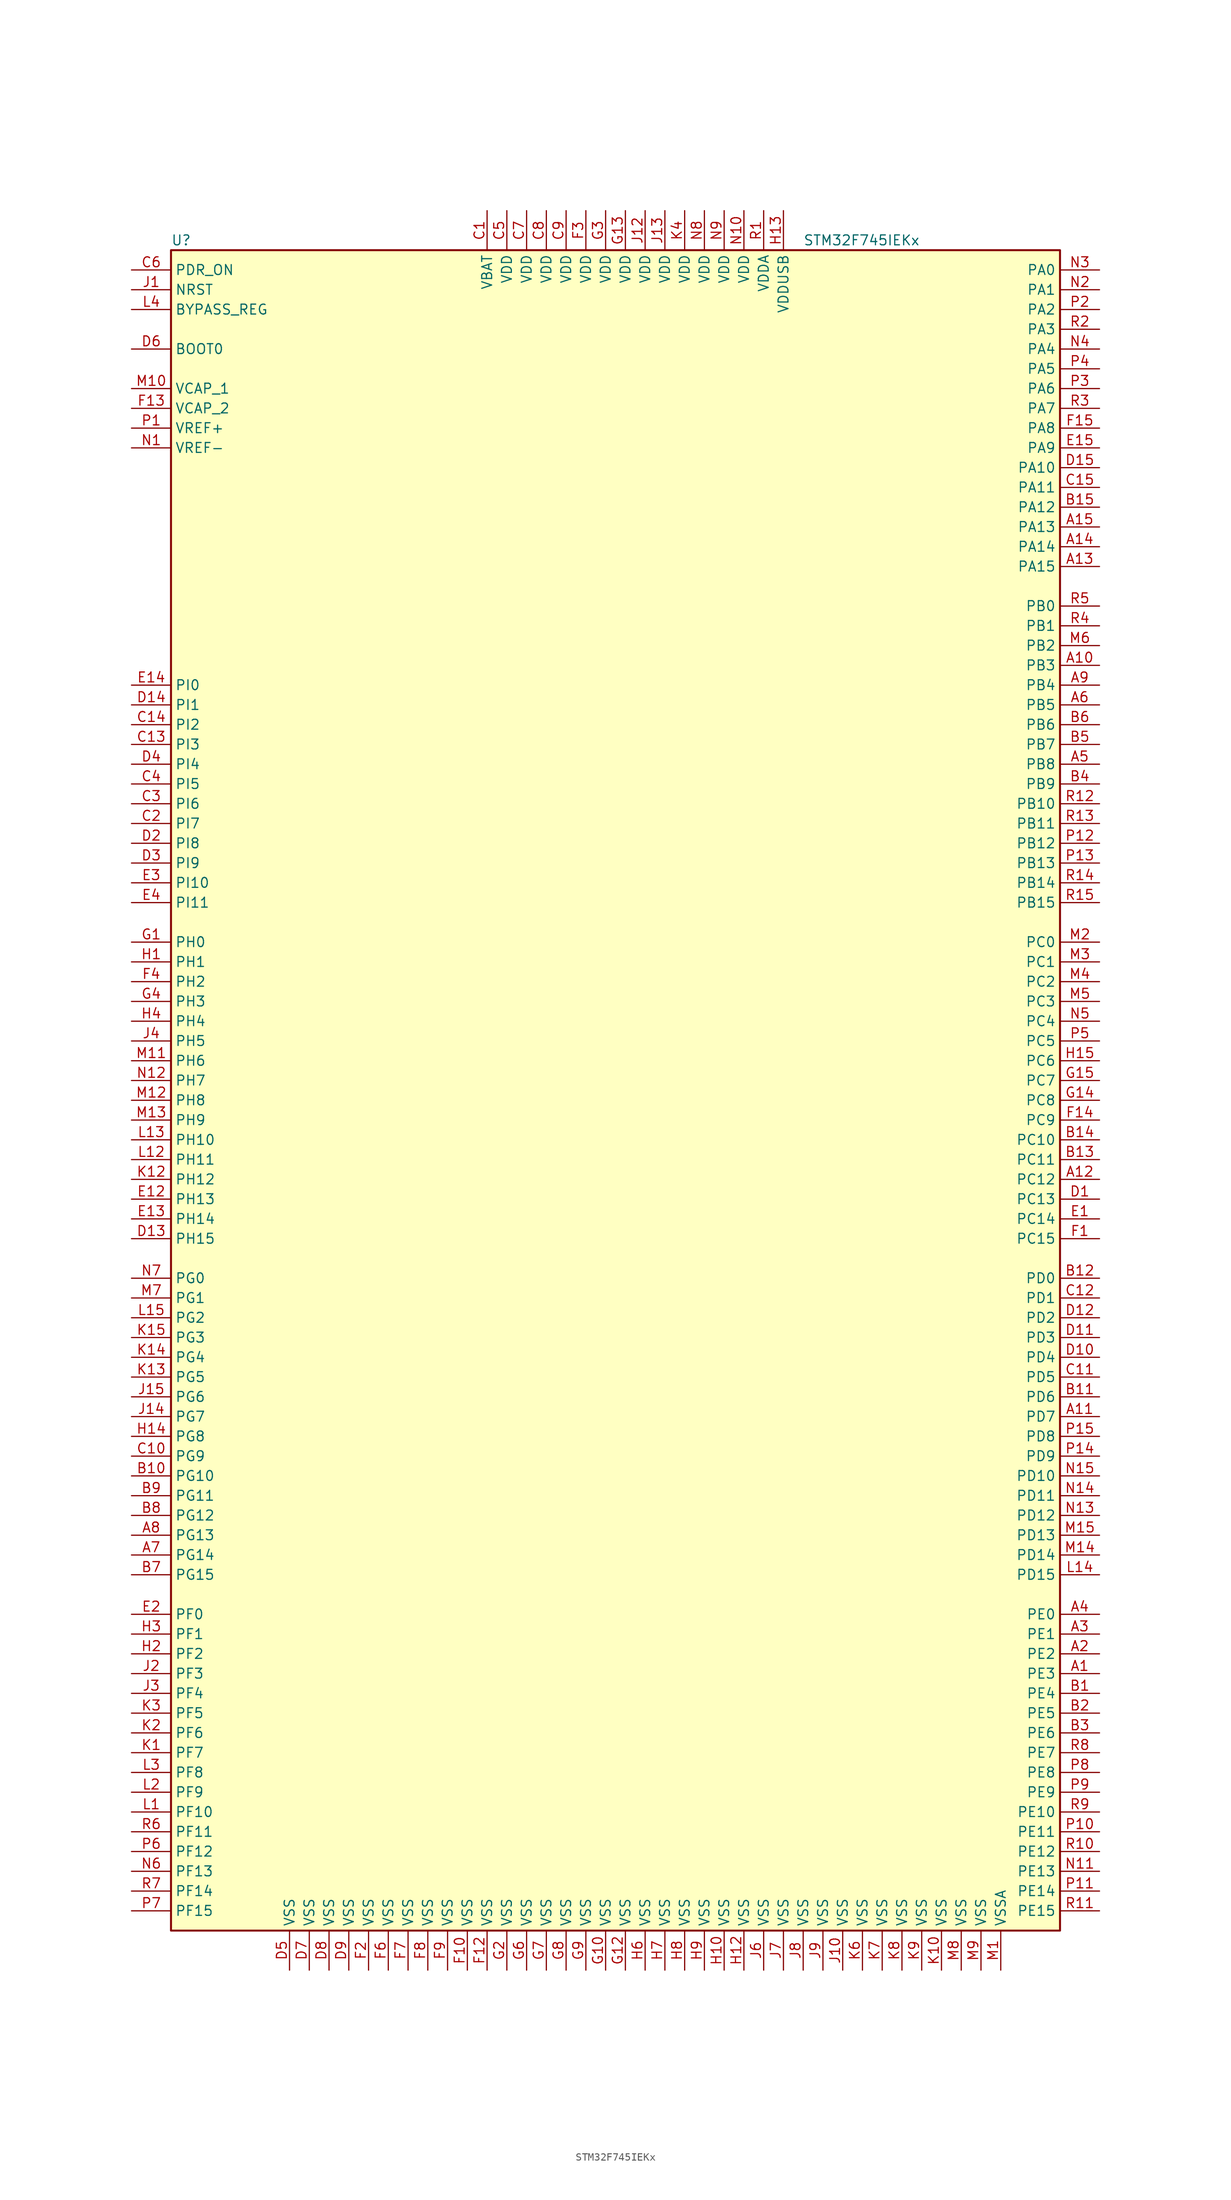
<source format=kicad_sym>
(kicad_symbol_lib
  (version 20201005)
  (generator kicad_symbol_editor)
  (symbol "MCU_ST_STM32F7:STM32F745IEKx"
    (property "Reference" "U"
      (at -58.42 107.95 0)
      (effects (font (size 1.27 1.27)) (justify left)))
    (property "Value" "STM32F745IEKx"
      (at 22.86 107.95 0)
      (effects (font (size 1.27 1.27)) (justify left)))
    (symbol "STM32F745IEKx_0_1"
      (rectangle (start -58.42 -109.22) (end 55.88 106.68) (stroke (width 0.254)) (fill (type background))))
    (symbol "STM32F745IEKx_1_1"
      (pin input line (at -63.5 93.98 0) (length 5.08) (name "BOOT0" (effects (font (size 1.27 1.27)))) (number "D6" (effects (font (size 1.27 1.27)))))
      (pin input line (at -63.5 99.06 0) (length 5.08) (name "BYPASS_REG" (effects (font (size 1.27 1.27)))) (number "L4" (effects (font (size 1.27 1.27)))))
      (pin input line (at -63.5 101.6 0) (length 5.08) (name "NRST" (effects (font (size 1.27 1.27)))) (number "J1" (effects (font (size 1.27 1.27)))))
      (pin bidirectional line (at 60.96 104.14 180) (length 5.08) (name "PA0" (effects (font (size 1.27 1.27)))) (number "N3" (effects (font (size 1.27 1.27)))))
      (pin bidirectional line (at 60.96 101.6 180) (length 5.08) (name "PA1" (effects (font (size 1.27 1.27)))) (number "N2" (effects (font (size 1.27 1.27)))))
      (pin bidirectional line (at 60.96 78.74 180) (length 5.08) (name "PA10" (effects (font (size 1.27 1.27)))) (number "D15" (effects (font (size 1.27 1.27)))))
      (pin bidirectional line (at 60.96 76.2 180) (length 5.08) (name "PA11" (effects (font (size 1.27 1.27)))) (number "C15" (effects (font (size 1.27 1.27)))))
      (pin bidirectional line (at 60.96 73.66 180) (length 5.08) (name "PA12" (effects (font (size 1.27 1.27)))) (number "B15" (effects (font (size 1.27 1.27)))))
      (pin bidirectional line (at 60.96 71.12 180) (length 5.08) (name "PA13" (effects (font (size 1.27 1.27)))) (number "A15" (effects (font (size 1.27 1.27)))))
      (pin bidirectional line (at 60.96 68.58 180) (length 5.08) (name "PA14" (effects (font (size 1.27 1.27)))) (number "A14" (effects (font (size 1.27 1.27)))))
      (pin bidirectional line (at 60.96 66.04 180) (length 5.08) (name "PA15" (effects (font (size 1.27 1.27)))) (number "A13" (effects (font (size 1.27 1.27)))))
      (pin bidirectional line (at 60.96 99.06 180) (length 5.08) (name "PA2" (effects (font (size 1.27 1.27)))) (number "P2" (effects (font (size 1.27 1.27)))))
      (pin bidirectional line (at 60.96 96.52 180) (length 5.08) (name "PA3" (effects (font (size 1.27 1.27)))) (number "R2" (effects (font (size 1.27 1.27)))))
      (pin bidirectional line (at 60.96 93.98 180) (length 5.08) (name "PA4" (effects (font (size 1.27 1.27)))) (number "N4" (effects (font (size 1.27 1.27)))))
      (pin bidirectional line (at 60.96 91.44 180) (length 5.08) (name "PA5" (effects (font (size 1.27 1.27)))) (number "P4" (effects (font (size 1.27 1.27)))))
      (pin bidirectional line (at 60.96 88.9 180) (length 5.08) (name "PA6" (effects (font (size 1.27 1.27)))) (number "P3" (effects (font (size 1.27 1.27)))))
      (pin bidirectional line (at 60.96 86.36 180) (length 5.08) (name "PA7" (effects (font (size 1.27 1.27)))) (number "R3" (effects (font (size 1.27 1.27)))))
      (pin bidirectional line (at 60.96 83.82 180) (length 5.08) (name "PA8" (effects (font (size 1.27 1.27)))) (number "F15" (effects (font (size 1.27 1.27)))))
      (pin bidirectional line (at 60.96 81.28 180) (length 5.08) (name "PA9" (effects (font (size 1.27 1.27)))) (number "E15" (effects (font (size 1.27 1.27)))))
      (pin bidirectional line (at 60.96 60.96 180) (length 5.08) (name "PB0" (effects (font (size 1.27 1.27)))) (number "R5" (effects (font (size 1.27 1.27)))))
      (pin bidirectional line (at 60.96 58.42 180) (length 5.08) (name "PB1" (effects (font (size 1.27 1.27)))) (number "R4" (effects (font (size 1.27 1.27)))))
      (pin bidirectional line (at 60.96 35.56 180) (length 5.08) (name "PB10" (effects (font (size 1.27 1.27)))) (number "R12" (effects (font (size 1.27 1.27)))))
      (pin bidirectional line (at 60.96 33.02 180) (length 5.08) (name "PB11" (effects (font (size 1.27 1.27)))) (number "R13" (effects (font (size 1.27 1.27)))))
      (pin bidirectional line (at 60.96 30.48 180) (length 5.08) (name "PB12" (effects (font (size 1.27 1.27)))) (number "P12" (effects (font (size 1.27 1.27)))))
      (pin bidirectional line (at 60.96 27.94 180) (length 5.08) (name "PB13" (effects (font (size 1.27 1.27)))) (number "P13" (effects (font (size 1.27 1.27)))))
      (pin bidirectional line (at 60.96 25.4 180) (length 5.08) (name "PB14" (effects (font (size 1.27 1.27)))) (number "R14" (effects (font (size 1.27 1.27)))))
      (pin bidirectional line (at 60.96 22.86 180) (length 5.08) (name "PB15" (effects (font (size 1.27 1.27)))) (number "R15" (effects (font (size 1.27 1.27)))))
      (pin bidirectional line (at 60.96 55.88 180) (length 5.08) (name "PB2" (effects (font (size 1.27 1.27)))) (number "M6" (effects (font (size 1.27 1.27)))))
      (pin bidirectional line (at 60.96 53.34 180) (length 5.08) (name "PB3" (effects (font (size 1.27 1.27)))) (number "A10" (effects (font (size 1.27 1.27)))))
      (pin bidirectional line (at 60.96 50.8 180) (length 5.08) (name "PB4" (effects (font (size 1.27 1.27)))) (number "A9" (effects (font (size 1.27 1.27)))))
      (pin bidirectional line (at 60.96 48.26 180) (length 5.08) (name "PB5" (effects (font (size 1.27 1.27)))) (number "A6" (effects (font (size 1.27 1.27)))))
      (pin bidirectional line (at 60.96 45.72 180) (length 5.08) (name "PB6" (effects (font (size 1.27 1.27)))) (number "B6" (effects (font (size 1.27 1.27)))))
      (pin bidirectional line (at 60.96 43.18 180) (length 5.08) (name "PB7" (effects (font (size 1.27 1.27)))) (number "B5" (effects (font (size 1.27 1.27)))))
      (pin bidirectional line (at 60.96 40.64 180) (length 5.08) (name "PB8" (effects (font (size 1.27 1.27)))) (number "A5" (effects (font (size 1.27 1.27)))))
      (pin bidirectional line (at 60.96 38.1 180) (length 5.08) (name "PB9" (effects (font (size 1.27 1.27)))) (number "B4" (effects (font (size 1.27 1.27)))))
      (pin bidirectional line (at 60.96 17.78 180) (length 5.08) (name "PC0" (effects (font (size 1.27 1.27)))) (number "M2" (effects (font (size 1.27 1.27)))))
      (pin bidirectional line (at 60.96 15.24 180) (length 5.08) (name "PC1" (effects (font (size 1.27 1.27)))) (number "M3" (effects (font (size 1.27 1.27)))))
      (pin bidirectional line (at 60.96 -7.62 180) (length 5.08) (name "PC10" (effects (font (size 1.27 1.27)))) (number "B14" (effects (font (size 1.27 1.27)))))
      (pin bidirectional line (at 60.96 -10.16 180) (length 5.08) (name "PC11" (effects (font (size 1.27 1.27)))) (number "B13" (effects (font (size 1.27 1.27)))))
      (pin bidirectional line (at 60.96 -12.7 180) (length 5.08) (name "PC12" (effects (font (size 1.27 1.27)))) (number "A12" (effects (font (size 1.27 1.27)))))
      (pin bidirectional line (at 60.96 -15.24 180) (length 5.08) (name "PC13" (effects (font (size 1.27 1.27)))) (number "D1" (effects (font (size 1.27 1.27)))))
      (pin bidirectional line (at 60.96 -17.78 180) (length 5.08) (name "PC14" (effects (font (size 1.27 1.27)))) (number "E1" (effects (font (size 1.27 1.27)))))
      (pin bidirectional line (at 60.96 -20.32 180) (length 5.08) (name "PC15" (effects (font (size 1.27 1.27)))) (number "F1" (effects (font (size 1.27 1.27)))))
      (pin bidirectional line (at 60.96 12.7 180) (length 5.08) (name "PC2" (effects (font (size 1.27 1.27)))) (number "M4" (effects (font (size 1.27 1.27)))))
      (pin bidirectional line (at 60.96 10.16 180) (length 5.08) (name "PC3" (effects (font (size 1.27 1.27)))) (number "M5" (effects (font (size 1.27 1.27)))))
      (pin bidirectional line (at 60.96 7.62 180) (length 5.08) (name "PC4" (effects (font (size 1.27 1.27)))) (number "N5" (effects (font (size 1.27 1.27)))))
      (pin bidirectional line (at 60.96 5.08 180) (length 5.08) (name "PC5" (effects (font (size 1.27 1.27)))) (number "P5" (effects (font (size 1.27 1.27)))))
      (pin bidirectional line (at 60.96 2.54 180) (length 5.08) (name "PC6" (effects (font (size 1.27 1.27)))) (number "H15" (effects (font (size 1.27 1.27)))))
      (pin bidirectional line (at 60.96 0 180) (length 5.08) (name "PC7" (effects (font (size 1.27 1.27)))) (number "G15" (effects (font (size 1.27 1.27)))))
      (pin bidirectional line (at 60.96 -2.54 180) (length 5.08) (name "PC8" (effects (font (size 1.27 1.27)))) (number "G14" (effects (font (size 1.27 1.27)))))
      (pin bidirectional line (at 60.96 -5.08 180) (length 5.08) (name "PC9" (effects (font (size 1.27 1.27)))) (number "F14" (effects (font (size 1.27 1.27)))))
      (pin bidirectional line (at 60.96 -25.4 180) (length 5.08) (name "PD0" (effects (font (size 1.27 1.27)))) (number "B12" (effects (font (size 1.27 1.27)))))
      (pin bidirectional line (at 60.96 -27.94 180) (length 5.08) (name "PD1" (effects (font (size 1.27 1.27)))) (number "C12" (effects (font (size 1.27 1.27)))))
      (pin bidirectional line (at 60.96 -50.8 180) (length 5.08) (name "PD10" (effects (font (size 1.27 1.27)))) (number "N15" (effects (font (size 1.27 1.27)))))
      (pin bidirectional line (at 60.96 -53.34 180) (length 5.08) (name "PD11" (effects (font (size 1.27 1.27)))) (number "N14" (effects (font (size 1.27 1.27)))))
      (pin bidirectional line (at 60.96 -55.88 180) (length 5.08) (name "PD12" (effects (font (size 1.27 1.27)))) (number "N13" (effects (font (size 1.27 1.27)))))
      (pin bidirectional line (at 60.96 -58.42 180) (length 5.08) (name "PD13" (effects (font (size 1.27 1.27)))) (number "M15" (effects (font (size 1.27 1.27)))))
      (pin bidirectional line (at 60.96 -60.96 180) (length 5.08) (name "PD14" (effects (font (size 1.27 1.27)))) (number "M14" (effects (font (size 1.27 1.27)))))
      (pin bidirectional line (at 60.96 -63.5 180) (length 5.08) (name "PD15" (effects (font (size 1.27 1.27)))) (number "L14" (effects (font (size 1.27 1.27)))))
      (pin bidirectional line (at 60.96 -30.48 180) (length 5.08) (name "PD2" (effects (font (size 1.27 1.27)))) (number "D12" (effects (font (size 1.27 1.27)))))
      (pin bidirectional line (at 60.96 -33.02 180) (length 5.08) (name "PD3" (effects (font (size 1.27 1.27)))) (number "D11" (effects (font (size 1.27 1.27)))))
      (pin bidirectional line (at 60.96 -35.56 180) (length 5.08) (name "PD4" (effects (font (size 1.27 1.27)))) (number "D10" (effects (font (size 1.27 1.27)))))
      (pin bidirectional line (at 60.96 -38.1 180) (length 5.08) (name "PD5" (effects (font (size 1.27 1.27)))) (number "C11" (effects (font (size 1.27 1.27)))))
      (pin bidirectional line (at 60.96 -40.64 180) (length 5.08) (name "PD6" (effects (font (size 1.27 1.27)))) (number "B11" (effects (font (size 1.27 1.27)))))
      (pin bidirectional line (at 60.96 -43.18 180) (length 5.08) (name "PD7" (effects (font (size 1.27 1.27)))) (number "A11" (effects (font (size 1.27 1.27)))))
      (pin bidirectional line (at 60.96 -45.72 180) (length 5.08) (name "PD8" (effects (font (size 1.27 1.27)))) (number "P15" (effects (font (size 1.27 1.27)))))
      (pin bidirectional line (at 60.96 -48.26 180) (length 5.08) (name "PD9" (effects (font (size 1.27 1.27)))) (number "P14" (effects (font (size 1.27 1.27)))))
      (pin input line (at -63.5 104.14 0) (length 5.08) (name "PDR_ON" (effects (font (size 1.27 1.27)))) (number "C6" (effects (font (size 1.27 1.27)))))
      (pin bidirectional line (at 60.96 -68.58 180) (length 5.08) (name "PE0" (effects (font (size 1.27 1.27)))) (number "A4" (effects (font (size 1.27 1.27)))))
      (pin bidirectional line (at 60.96 -71.12 180) (length 5.08) (name "PE1" (effects (font (size 1.27 1.27)))) (number "A3" (effects (font (size 1.27 1.27)))))
      (pin bidirectional line (at 60.96 -93.98 180) (length 5.08) (name "PE10" (effects (font (size 1.27 1.27)))) (number "R9" (effects (font (size 1.27 1.27)))))
      (pin bidirectional line (at 60.96 -96.52 180) (length 5.08) (name "PE11" (effects (font (size 1.27 1.27)))) (number "P10" (effects (font (size 1.27 1.27)))))
      (pin bidirectional line (at 60.96 -99.06 180) (length 5.08) (name "PE12" (effects (font (size 1.27 1.27)))) (number "R10" (effects (font (size 1.27 1.27)))))
      (pin bidirectional line (at 60.96 -101.6 180) (length 5.08) (name "PE13" (effects (font (size 1.27 1.27)))) (number "N11" (effects (font (size 1.27 1.27)))))
      (pin bidirectional line (at 60.96 -104.14 180) (length 5.08) (name "PE14" (effects (font (size 1.27 1.27)))) (number "P11" (effects (font (size 1.27 1.27)))))
      (pin bidirectional line (at 60.96 -106.68 180) (length 5.08) (name "PE15" (effects (font (size 1.27 1.27)))) (number "R11" (effects (font (size 1.27 1.27)))))
      (pin bidirectional line (at 60.96 -73.66 180) (length 5.08) (name "PE2" (effects (font (size 1.27 1.27)))) (number "A2" (effects (font (size 1.27 1.27)))))
      (pin bidirectional line (at 60.96 -76.2 180) (length 5.08) (name "PE3" (effects (font (size 1.27 1.27)))) (number "A1" (effects (font (size 1.27 1.27)))))
      (pin bidirectional line (at 60.96 -78.74 180) (length 5.08) (name "PE4" (effects (font (size 1.27 1.27)))) (number "B1" (effects (font (size 1.27 1.27)))))
      (pin bidirectional line (at 60.96 -81.28 180) (length 5.08) (name "PE5" (effects (font (size 1.27 1.27)))) (number "B2" (effects (font (size 1.27 1.27)))))
      (pin bidirectional line (at 60.96 -83.82 180) (length 5.08) (name "PE6" (effects (font (size 1.27 1.27)))) (number "B3" (effects (font (size 1.27 1.27)))))
      (pin bidirectional line (at 60.96 -86.36 180) (length 5.08) (name "PE7" (effects (font (size 1.27 1.27)))) (number "R8" (effects (font (size 1.27 1.27)))))
      (pin bidirectional line (at 60.96 -88.9 180) (length 5.08) (name "PE8" (effects (font (size 1.27 1.27)))) (number "P8" (effects (font (size 1.27 1.27)))))
      (pin bidirectional line (at 60.96 -91.44 180) (length 5.08) (name "PE9" (effects (font (size 1.27 1.27)))) (number "P9" (effects (font (size 1.27 1.27)))))
      (pin bidirectional line (at -63.5 -68.58 0) (length 5.08) (name "PF0" (effects (font (size 1.27 1.27)))) (number "E2" (effects (font (size 1.27 1.27)))))
      (pin bidirectional line (at -63.5 -71.12 0) (length 5.08) (name "PF1" (effects (font (size 1.27 1.27)))) (number "H3" (effects (font (size 1.27 1.27)))))
      (pin bidirectional line (at -63.5 -93.98 0) (length 5.08) (name "PF10" (effects (font (size 1.27 1.27)))) (number "L1" (effects (font (size 1.27 1.27)))))
      (pin bidirectional line (at -63.5 -96.52 0) (length 5.08) (name "PF11" (effects (font (size 1.27 1.27)))) (number "R6" (effects (font (size 1.27 1.27)))))
      (pin bidirectional line (at -63.5 -99.06 0) (length 5.08) (name "PF12" (effects (font (size 1.27 1.27)))) (number "P6" (effects (font (size 1.27 1.27)))))
      (pin bidirectional line (at -63.5 -101.6 0) (length 5.08) (name "PF13" (effects (font (size 1.27 1.27)))) (number "N6" (effects (font (size 1.27 1.27)))))
      (pin bidirectional line (at -63.5 -104.14 0) (length 5.08) (name "PF14" (effects (font (size 1.27 1.27)))) (number "R7" (effects (font (size 1.27 1.27)))))
      (pin bidirectional line (at -63.5 -106.68 0) (length 5.08) (name "PF15" (effects (font (size 1.27 1.27)))) (number "P7" (effects (font (size 1.27 1.27)))))
      (pin bidirectional line (at -63.5 -73.66 0) (length 5.08) (name "PF2" (effects (font (size 1.27 1.27)))) (number "H2" (effects (font (size 1.27 1.27)))))
      (pin bidirectional line (at -63.5 -76.2 0) (length 5.08) (name "PF3" (effects (font (size 1.27 1.27)))) (number "J2" (effects (font (size 1.27 1.27)))))
      (pin bidirectional line (at -63.5 -78.74 0) (length 5.08) (name "PF4" (effects (font (size 1.27 1.27)))) (number "J3" (effects (font (size 1.27 1.27)))))
      (pin bidirectional line (at -63.5 -81.28 0) (length 5.08) (name "PF5" (effects (font (size 1.27 1.27)))) (number "K3" (effects (font (size 1.27 1.27)))))
      (pin bidirectional line (at -63.5 -83.82 0) (length 5.08) (name "PF6" (effects (font (size 1.27 1.27)))) (number "K2" (effects (font (size 1.27 1.27)))))
      (pin bidirectional line (at -63.5 -86.36 0) (length 5.08) (name "PF7" (effects (font (size 1.27 1.27)))) (number "K1" (effects (font (size 1.27 1.27)))))
      (pin bidirectional line (at -63.5 -88.9 0) (length 5.08) (name "PF8" (effects (font (size 1.27 1.27)))) (number "L3" (effects (font (size 1.27 1.27)))))
      (pin bidirectional line (at -63.5 -91.44 0) (length 5.08) (name "PF9" (effects (font (size 1.27 1.27)))) (number "L2" (effects (font (size 1.27 1.27)))))
      (pin bidirectional line (at -63.5 -25.4 0) (length 5.08) (name "PG0" (effects (font (size 1.27 1.27)))) (number "N7" (effects (font (size 1.27 1.27)))))
      (pin bidirectional line (at -63.5 -27.94 0) (length 5.08) (name "PG1" (effects (font (size 1.27 1.27)))) (number "M7" (effects (font (size 1.27 1.27)))))
      (pin bidirectional line (at -63.5 -50.8 0) (length 5.08) (name "PG10" (effects (font (size 1.27 1.27)))) (number "B10" (effects (font (size 1.27 1.27)))))
      (pin bidirectional line (at -63.5 -53.34 0) (length 5.08) (name "PG11" (effects (font (size 1.27 1.27)))) (number "B9" (effects (font (size 1.27 1.27)))))
      (pin bidirectional line (at -63.5 -55.88 0) (length 5.08) (name "PG12" (effects (font (size 1.27 1.27)))) (number "B8" (effects (font (size 1.27 1.27)))))
      (pin bidirectional line (at -63.5 -58.42 0) (length 5.08) (name "PG13" (effects (font (size 1.27 1.27)))) (number "A8" (effects (font (size 1.27 1.27)))))
      (pin bidirectional line (at -63.5 -60.96 0) (length 5.08) (name "PG14" (effects (font (size 1.27 1.27)))) (number "A7" (effects (font (size 1.27 1.27)))))
      (pin bidirectional line (at -63.5 -63.5 0) (length 5.08) (name "PG15" (effects (font (size 1.27 1.27)))) (number "B7" (effects (font (size 1.27 1.27)))))
      (pin bidirectional line (at -63.5 -30.48 0) (length 5.08) (name "PG2" (effects (font (size 1.27 1.27)))) (number "L15" (effects (font (size 1.27 1.27)))))
      (pin bidirectional line (at -63.5 -33.02 0) (length 5.08) (name "PG3" (effects (font (size 1.27 1.27)))) (number "K15" (effects (font (size 1.27 1.27)))))
      (pin bidirectional line (at -63.5 -35.56 0) (length 5.08) (name "PG4" (effects (font (size 1.27 1.27)))) (number "K14" (effects (font (size 1.27 1.27)))))
      (pin bidirectional line (at -63.5 -38.1 0) (length 5.08) (name "PG5" (effects (font (size 1.27 1.27)))) (number "K13" (effects (font (size 1.27 1.27)))))
      (pin bidirectional line (at -63.5 -40.64 0) (length 5.08) (name "PG6" (effects (font (size 1.27 1.27)))) (number "J15" (effects (font (size 1.27 1.27)))))
      (pin bidirectional line (at -63.5 -43.18 0) (length 5.08) (name "PG7" (effects (font (size 1.27 1.27)))) (number "J14" (effects (font (size 1.27 1.27)))))
      (pin bidirectional line (at -63.5 -45.72 0) (length 5.08) (name "PG8" (effects (font (size 1.27 1.27)))) (number "H14" (effects (font (size 1.27 1.27)))))
      (pin bidirectional line (at -63.5 -48.26 0) (length 5.08) (name "PG9" (effects (font (size 1.27 1.27)))) (number "C10" (effects (font (size 1.27 1.27)))))
      (pin input line (at -63.5 17.78 0) (length 5.08) (name "PH0" (effects (font (size 1.27 1.27)))) (number "G1" (effects (font (size 1.27 1.27)))))
      (pin input line (at -63.5 15.24 0) (length 5.08) (name "PH1" (effects (font (size 1.27 1.27)))) (number "H1" (effects (font (size 1.27 1.27)))))
      (pin bidirectional line (at -63.5 -7.62 0) (length 5.08) (name "PH10" (effects (font (size 1.27 1.27)))) (number "L13" (effects (font (size 1.27 1.27)))))
      (pin bidirectional line (at -63.5 -10.16 0) (length 5.08) (name "PH11" (effects (font (size 1.27 1.27)))) (number "L12" (effects (font (size 1.27 1.27)))))
      (pin bidirectional line (at -63.5 -12.7 0) (length 5.08) (name "PH12" (effects (font (size 1.27 1.27)))) (number "K12" (effects (font (size 1.27 1.27)))))
      (pin bidirectional line (at -63.5 -15.24 0) (length 5.08) (name "PH13" (effects (font (size 1.27 1.27)))) (number "E12" (effects (font (size 1.27 1.27)))))
      (pin bidirectional line (at -63.5 -17.78 0) (length 5.08) (name "PH14" (effects (font (size 1.27 1.27)))) (number "E13" (effects (font (size 1.27 1.27)))))
      (pin bidirectional line (at -63.5 -20.32 0) (length 5.08) (name "PH15" (effects (font (size 1.27 1.27)))) (number "D13" (effects (font (size 1.27 1.27)))))
      (pin bidirectional line (at -63.5 12.7 0) (length 5.08) (name "PH2" (effects (font (size 1.27 1.27)))) (number "F4" (effects (font (size 1.27 1.27)))))
      (pin bidirectional line (at -63.5 10.16 0) (length 5.08) (name "PH3" (effects (font (size 1.27 1.27)))) (number "G4" (effects (font (size 1.27 1.27)))))
      (pin bidirectional line (at -63.5 7.62 0) (length 5.08) (name "PH4" (effects (font (size 1.27 1.27)))) (number "H4" (effects (font (size 1.27 1.27)))))
      (pin bidirectional line (at -63.5 5.08 0) (length 5.08) (name "PH5" (effects (font (size 1.27 1.27)))) (number "J4" (effects (font (size 1.27 1.27)))))
      (pin bidirectional line (at -63.5 2.54 0) (length 5.08) (name "PH6" (effects (font (size 1.27 1.27)))) (number "M11" (effects (font (size 1.27 1.27)))))
      (pin bidirectional line (at -63.5 0 0) (length 5.08) (name "PH7" (effects (font (size 1.27 1.27)))) (number "N12" (effects (font (size 1.27 1.27)))))
      (pin bidirectional line (at -63.5 -2.54 0) (length 5.08) (name "PH8" (effects (font (size 1.27 1.27)))) (number "M12" (effects (font (size 1.27 1.27)))))
      (pin bidirectional line (at -63.5 -5.08 0) (length 5.08) (name "PH9" (effects (font (size 1.27 1.27)))) (number "M13" (effects (font (size 1.27 1.27)))))
      (pin bidirectional line (at -63.5 50.8 0) (length 5.08) (name "PI0" (effects (font (size 1.27 1.27)))) (number "E14" (effects (font (size 1.27 1.27)))))
      (pin bidirectional line (at -63.5 48.26 0) (length 5.08) (name "PI1" (effects (font (size 1.27 1.27)))) (number "D14" (effects (font (size 1.27 1.27)))))
      (pin bidirectional line (at -63.5 25.4 0) (length 5.08) (name "PI10" (effects (font (size 1.27 1.27)))) (number "E3" (effects (font (size 1.27 1.27)))))
      (pin bidirectional line (at -63.5 22.86 0) (length 5.08) (name "PI11" (effects (font (size 1.27 1.27)))) (number "E4" (effects (font (size 1.27 1.27)))))
      (pin bidirectional line (at -63.5 45.72 0) (length 5.08) (name "PI2" (effects (font (size 1.27 1.27)))) (number "C14" (effects (font (size 1.27 1.27)))))
      (pin bidirectional line (at -63.5 43.18 0) (length 5.08) (name "PI3" (effects (font (size 1.27 1.27)))) (number "C13" (effects (font (size 1.27 1.27)))))
      (pin bidirectional line (at -63.5 40.64 0) (length 5.08) (name "PI4" (effects (font (size 1.27 1.27)))) (number "D4" (effects (font (size 1.27 1.27)))))
      (pin bidirectional line (at -63.5 38.1 0) (length 5.08) (name "PI5" (effects (font (size 1.27 1.27)))) (number "C4" (effects (font (size 1.27 1.27)))))
      (pin bidirectional line (at -63.5 35.56 0) (length 5.08) (name "PI6" (effects (font (size 1.27 1.27)))) (number "C3" (effects (font (size 1.27 1.27)))))
      (pin bidirectional line (at -63.5 33.02 0) (length 5.08) (name "PI7" (effects (font (size 1.27 1.27)))) (number "C2" (effects (font (size 1.27 1.27)))))
      (pin bidirectional line (at -63.5 30.48 0) (length 5.08) (name "PI8" (effects (font (size 1.27 1.27)))) (number "D2" (effects (font (size 1.27 1.27)))))
      (pin bidirectional line (at -63.5 27.94 0) (length 5.08) (name "PI9" (effects (font (size 1.27 1.27)))) (number "D3" (effects (font (size 1.27 1.27)))))
      (pin power_in line (at -17.78 111.76 270) (length 5.08) (name "VBAT" (effects (font (size 1.27 1.27)))) (number "C1" (effects (font (size 1.27 1.27)))))
      (pin power_in line (at -63.5 88.9 0) (length 5.08) (name "VCAP_1" (effects (font (size 1.27 1.27)))) (number "M10" (effects (font (size 1.27 1.27)))))
      (pin power_in line (at -63.5 86.36 0) (length 5.08) (name "VCAP_2" (effects (font (size 1.27 1.27)))) (number "F13" (effects (font (size 1.27 1.27)))))
      (pin power_in line (at -15.24 111.76 270) (length 5.08) (name "VDD" (effects (font (size 1.27 1.27)))) (number "C5" (effects (font (size 1.27 1.27)))))
      (pin power_in line (at -12.7 111.76 270) (length 5.08) (name "VDD" (effects (font (size 1.27 1.27)))) (number "C7" (effects (font (size 1.27 1.27)))))
      (pin power_in line (at -10.16 111.76 270) (length 5.08) (name "VDD" (effects (font (size 1.27 1.27)))) (number "C8" (effects (font (size 1.27 1.27)))))
      (pin power_in line (at -7.62 111.76 270) (length 5.08) (name "VDD" (effects (font (size 1.27 1.27)))) (number "C9" (effects (font (size 1.27 1.27)))))
      (pin power_in line (at -5.08 111.76 270) (length 5.08) (name "VDD" (effects (font (size 1.27 1.27)))) (number "F3" (effects (font (size 1.27 1.27)))))
      (pin power_in line (at 0 111.76 270) (length 5.08) (name "VDD" (effects (font (size 1.27 1.27)))) (number "G13" (effects (font (size 1.27 1.27)))))
      (pin power_in line (at -2.54 111.76 270) (length 5.08) (name "VDD" (effects (font (size 1.27 1.27)))) (number "G3" (effects (font (size 1.27 1.27)))))
      (pin power_in line (at 2.54 111.76 270) (length 5.08) (name "VDD" (effects (font (size 1.27 1.27)))) (number "J12" (effects (font (size 1.27 1.27)))))
      (pin power_in line (at 5.08 111.76 270) (length 5.08) (name "VDD" (effects (font (size 1.27 1.27)))) (number "J13" (effects (font (size 1.27 1.27)))))
      (pin power_in line (at 7.62 111.76 270) (length 5.08) (name "VDD" (effects (font (size 1.27 1.27)))) (number "K4" (effects (font (size 1.27 1.27)))))
      (pin power_in line (at 15.24 111.76 270) (length 5.08) (name "VDD" (effects (font (size 1.27 1.27)))) (number "N10" (effects (font (size 1.27 1.27)))))
      (pin power_in line (at 10.16 111.76 270) (length 5.08) (name "VDD" (effects (font (size 1.27 1.27)))) (number "N8" (effects (font (size 1.27 1.27)))))
      (pin power_in line (at 12.7 111.76 270) (length 5.08) (name "VDD" (effects (font (size 1.27 1.27)))) (number "N9" (effects (font (size 1.27 1.27)))))
      (pin power_in line (at 17.78 111.76 270) (length 5.08) (name "VDDA" (effects (font (size 1.27 1.27)))) (number "R1" (effects (font (size 1.27 1.27)))))
      (pin power_in line (at 20.32 111.76 270) (length 5.08) (name "VDDUSB" (effects (font (size 1.27 1.27)))) (number "H13" (effects (font (size 1.27 1.27)))))
      (pin power_in line (at -63.5 83.82 0) (length 5.08) (name "VREF+" (effects (font (size 1.27 1.27)))) (number "P1" (effects (font (size 1.27 1.27)))))
      (pin power_in line (at -63.5 81.28 0) (length 5.08) (name "VREF-" (effects (font (size 1.27 1.27)))) (number "N1" (effects (font (size 1.27 1.27)))))
      (pin power_in line (at -43.18 -114.3 90) (length 5.08) (name "VSS" (effects (font (size 1.27 1.27)))) (number "D5" (effects (font (size 1.27 1.27)))))
      (pin power_in line (at -40.64 -114.3 90) (length 5.08) (name "VSS" (effects (font (size 1.27 1.27)))) (number "D7" (effects (font (size 1.27 1.27)))))
      (pin power_in line (at -38.1 -114.3 90) (length 5.08) (name "VSS" (effects (font (size 1.27 1.27)))) (number "D8" (effects (font (size 1.27 1.27)))))
      (pin power_in line (at -35.56 -114.3 90) (length 5.08) (name "VSS" (effects (font (size 1.27 1.27)))) (number "D9" (effects (font (size 1.27 1.27)))))
      (pin power_in line (at -20.32 -114.3 90) (length 5.08) (name "VSS" (effects (font (size 1.27 1.27)))) (number "F10" (effects (font (size 1.27 1.27)))))
      (pin power_in line (at -17.78 -114.3 90) (length 5.08) (name "VSS" (effects (font (size 1.27 1.27)))) (number "F12" (effects (font (size 1.27 1.27)))))
      (pin power_in line (at -33.02 -114.3 90) (length 5.08) (name "VSS" (effects (font (size 1.27 1.27)))) (number "F2" (effects (font (size 1.27 1.27)))))
      (pin power_in line (at -30.48 -114.3 90) (length 5.08) (name "VSS" (effects (font (size 1.27 1.27)))) (number "F6" (effects (font (size 1.27 1.27)))))
      (pin power_in line (at -27.94 -114.3 90) (length 5.08) (name "VSS" (effects (font (size 1.27 1.27)))) (number "F7" (effects (font (size 1.27 1.27)))))
      (pin power_in line (at -25.4 -114.3 90) (length 5.08) (name "VSS" (effects (font (size 1.27 1.27)))) (number "F8" (effects (font (size 1.27 1.27)))))
      (pin power_in line (at -22.86 -114.3 90) (length 5.08) (name "VSS" (effects (font (size 1.27 1.27)))) (number "F9" (effects (font (size 1.27 1.27)))))
      (pin power_in line (at -2.54 -114.3 90) (length 5.08) (name "VSS" (effects (font (size 1.27 1.27)))) (number "G10" (effects (font (size 1.27 1.27)))))
      (pin power_in line (at 0 -114.3 90) (length 5.08) (name "VSS" (effects (font (size 1.27 1.27)))) (number "G12" (effects (font (size 1.27 1.27)))))
      (pin power_in line (at -15.24 -114.3 90) (length 5.08) (name "VSS" (effects (font (size 1.27 1.27)))) (number "G2" (effects (font (size 1.27 1.27)))))
      (pin power_in line (at -12.7 -114.3 90) (length 5.08) (name "VSS" (effects (font (size 1.27 1.27)))) (number "G6" (effects (font (size 1.27 1.27)))))
      (pin power_in line (at -10.16 -114.3 90) (length 5.08) (name "VSS" (effects (font (size 1.27 1.27)))) (number "G7" (effects (font (size 1.27 1.27)))))
      (pin power_in line (at -7.62 -114.3 90) (length 5.08) (name "VSS" (effects (font (size 1.27 1.27)))) (number "G8" (effects (font (size 1.27 1.27)))))
      (pin power_in line (at -5.08 -114.3 90) (length 5.08) (name "VSS" (effects (font (size 1.27 1.27)))) (number "G9" (effects (font (size 1.27 1.27)))))
      (pin power_in line (at 12.7 -114.3 90) (length 5.08) (name "VSS" (effects (font (size 1.27 1.27)))) (number "H10" (effects (font (size 1.27 1.27)))))
      (pin power_in line (at 15.24 -114.3 90) (length 5.08) (name "VSS" (effects (font (size 1.27 1.27)))) (number "H12" (effects (font (size 1.27 1.27)))))
      (pin power_in line (at 2.54 -114.3 90) (length 5.08) (name "VSS" (effects (font (size 1.27 1.27)))) (number "H6" (effects (font (size 1.27 1.27)))))
      (pin power_in line (at 5.08 -114.3 90) (length 5.08) (name "VSS" (effects (font (size 1.27 1.27)))) (number "H7" (effects (font (size 1.27 1.27)))))
      (pin power_in line (at 7.62 -114.3 90) (length 5.08) (name "VSS" (effects (font (size 1.27 1.27)))) (number "H8" (effects (font (size 1.27 1.27)))))
      (pin power_in line (at 10.16 -114.3 90) (length 5.08) (name "VSS" (effects (font (size 1.27 1.27)))) (number "H9" (effects (font (size 1.27 1.27)))))
      (pin power_in line (at 27.94 -114.3 90) (length 5.08) (name "VSS" (effects (font (size 1.27 1.27)))) (number "J10" (effects (font (size 1.27 1.27)))))
      (pin power_in line (at 17.78 -114.3 90) (length 5.08) (name "VSS" (effects (font (size 1.27 1.27)))) (number "J6" (effects (font (size 1.27 1.27)))))
      (pin power_in line (at 20.32 -114.3 90) (length 5.08) (name "VSS" (effects (font (size 1.27 1.27)))) (number "J7" (effects (font (size 1.27 1.27)))))
      (pin power_in line (at 22.86 -114.3 90) (length 5.08) (name "VSS" (effects (font (size 1.27 1.27)))) (number "J8" (effects (font (size 1.27 1.27)))))
      (pin power_in line (at 25.4 -114.3 90) (length 5.08) (name "VSS" (effects (font (size 1.27 1.27)))) (number "J9" (effects (font (size 1.27 1.27)))))
      (pin power_in line (at 40.64 -114.3 90) (length 5.08) (name "VSS" (effects (font (size 1.27 1.27)))) (number "K10" (effects (font (size 1.27 1.27)))))
      (pin power_in line (at 30.48 -114.3 90) (length 5.08) (name "VSS" (effects (font (size 1.27 1.27)))) (number "K6" (effects (font (size 1.27 1.27)))))
      (pin power_in line (at 33.02 -114.3 90) (length 5.08) (name "VSS" (effects (font (size 1.27 1.27)))) (number "K7" (effects (font (size 1.27 1.27)))))
      (pin power_in line (at 35.56 -114.3 90) (length 5.08) (name "VSS" (effects (font (size 1.27 1.27)))) (number "K8" (effects (font (size 1.27 1.27)))))
      (pin power_in line (at 38.1 -114.3 90) (length 5.08) (name "VSS" (effects (font (size 1.27 1.27)))) (number "K9" (effects (font (size 1.27 1.27)))))
      (pin power_in line (at 43.18 -114.3 90) (length 5.08) (name "VSS" (effects (font (size 1.27 1.27)))) (number "M8" (effects (font (size 1.27 1.27)))))
      (pin power_in line (at 45.72 -114.3 90) (length 5.08) (name "VSS" (effects (font (size 1.27 1.27)))) (number "M9" (effects (font (size 1.27 1.27)))))
      (pin power_in line (at 48.26 -114.3 90) (length 5.08) (name "VSSA" (effects (font (size 1.27 1.27)))) (number "M1" (effects (font (size 1.27 1.27))))))))
</source>
